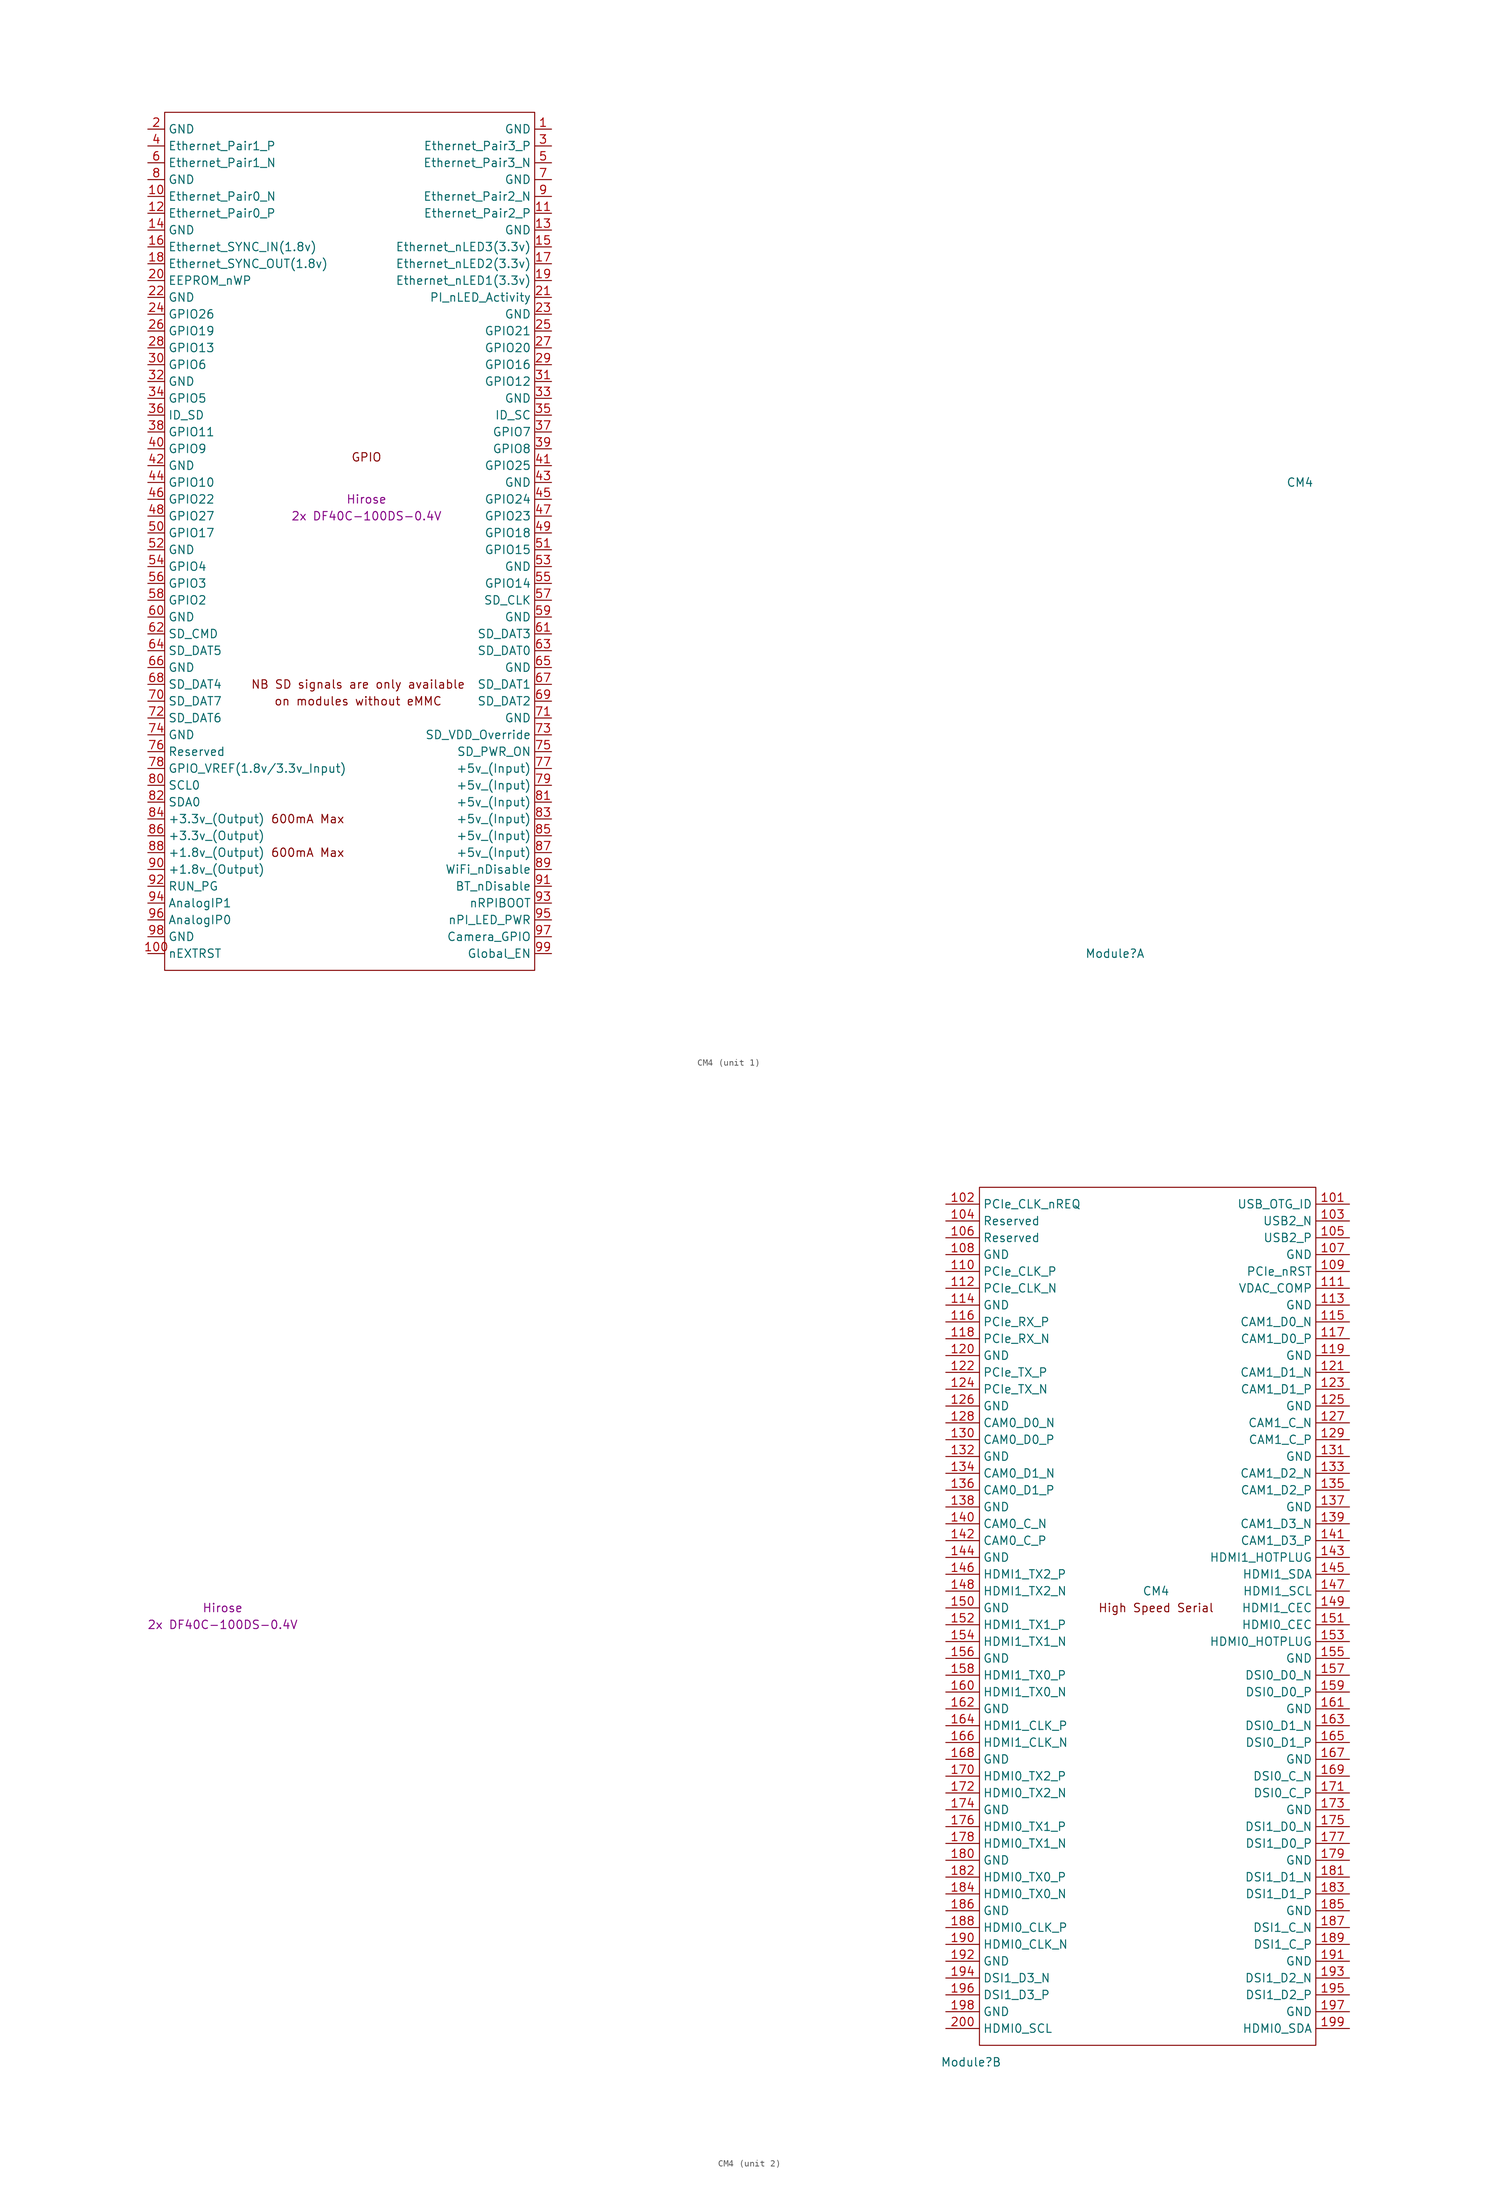
<source format=kicad_sym>
(kicad_symbol_lib
  (version 20220914)
  (generator kicad_symbol_editor)
  (symbol "CM4"
    (property "Reference" "Module"
      (at 113.03 -68.58 0)
      (effects (font (size 1.27 1.27))))
    (property "Value" "CM4"
      (at 140.97 2.54 0)
      (effects (font (size 1.27 1.27))))
    (property "Field4" "Hirose"
      (at 0 0 0)
      (effects (font (size 1.27 1.27))))
    (property "Field5" "2x DF40C-100DS-0.4V"
      (at 0 -2.54 0)
      (effects (font (size 1.27 1.27))))
    (symbol "CM4_1_0"
      (text "GPIO" (at 0 6.35 0) (effects (font (size 1.27 1.27)))))
    (symbol "CM4_1_1"
      (rectangle (start -30.48 -71.12) (end 25.4 58.42) (stroke (width 0) (type default)) (fill (type none)))
      (text "600mA Max" (at -8.89 -53.34 0) (effects (font (size 1.27 1.27))))
      (text "600mA Max" (at -8.89 -48.26 0) (effects (font (size 1.27 1.27))))
      (text "NB SD signals are only available" (at -1.27 -27.94 0) (effects (font (size 1.27 1.27))))
      (text "on modules without eMMC" (at -1.27 -30.48 0) (effects (font (size 1.27 1.27))))
      (pin power_in line (at 27.94 55.88 180) (length 2.54) (name "GND" (effects (font (size 1.27 1.27)))) (number "1" (effects (font (size 1.27 1.27)))))
      (pin passive line (at -33.02 45.72 0) (length 2.54) (name "Ethernet_Pair0_N" (effects (font (size 1.27 1.27)))) (number "10" (effects (font (size 1.27 1.27)))))
      (pin output line (at -33.02 -68.58 0) (length 2.54) (name "nEXTRST" (effects (font (size 1.27 1.27)))) (number "100" (effects (font (size 1.27 1.27)))))
      (pin passive line (at 27.94 43.18 180) (length 2.54) (name "Ethernet_Pair2_P" (effects (font (size 1.27 1.27)))) (number "11" (effects (font (size 1.27 1.27)))))
      (pin passive line (at -33.02 43.18 0) (length 2.54) (name "Ethernet_Pair0_P" (effects (font (size 1.27 1.27)))) (number "12" (effects (font (size 1.27 1.27)))))
      (pin power_in line (at 27.94 40.64 180) (length 2.54) (name "GND" (effects (font (size 1.27 1.27)))) (number "13" (effects (font (size 1.27 1.27)))))
      (pin power_in line (at -33.02 40.64 0) (length 2.54) (name "GND" (effects (font (size 1.27 1.27)))) (number "14" (effects (font (size 1.27 1.27)))))
      (pin output line (at 27.94 38.1 180) (length 2.54) (name "Ethernet_nLED3(3.3v)" (effects (font (size 1.27 1.27)))) (number "15" (effects (font (size 1.27 1.27)))))
      (pin input line (at -33.02 38.1 0) (length 2.54) (name "Ethernet_SYNC_IN(1.8v)" (effects (font (size 1.27 1.27)))) (number "16" (effects (font (size 1.27 1.27)))))
      (pin output line (at 27.94 35.56 180) (length 2.54) (name "Ethernet_nLED2(3.3v)" (effects (font (size 1.27 1.27)))) (number "17" (effects (font (size 1.27 1.27)))))
      (pin input line (at -33.02 35.56 0) (length 2.54) (name "Ethernet_SYNC_OUT(1.8v)" (effects (font (size 1.27 1.27)))) (number "18" (effects (font (size 1.27 1.27)))))
      (pin output line (at 27.94 33.02 180) (length 2.54) (name "Ethernet_nLED1(3.3v)" (effects (font (size 1.27 1.27)))) (number "19" (effects (font (size 1.27 1.27)))))
      (pin power_in line (at -33.02 55.88 0) (length 2.54) (name "GND" (effects (font (size 1.27 1.27)))) (number "2" (effects (font (size 1.27 1.27)))))
      (pin passive line (at -33.02 33.02 0) (length 2.54) (name "EEPROM_nWP" (effects (font (size 1.27 1.27)))) (number "20" (effects (font (size 1.27 1.27)))))
      (pin open_collector line (at 27.94 30.48 180) (length 2.54) (name "PI_nLED_Activity" (effects (font (size 1.27 1.27)))) (number "21" (effects (font (size 1.27 1.27)))))
      (pin power_in line (at -33.02 30.48 0) (length 2.54) (name "GND" (effects (font (size 1.27 1.27)))) (number "22" (effects (font (size 1.27 1.27)))))
      (pin power_in line (at 27.94 27.94 180) (length 2.54) (name "GND" (effects (font (size 1.27 1.27)))) (number "23" (effects (font (size 1.27 1.27)))))
      (pin passive line (at -33.02 27.94 0) (length 2.54) (name "GPIO26" (effects (font (size 1.27 1.27)))) (number "24" (effects (font (size 1.27 1.27)))))
      (pin passive line (at 27.94 25.4 180) (length 2.54) (name "GPIO21" (effects (font (size 1.27 1.27)))) (number "25" (effects (font (size 1.27 1.27)))))
      (pin passive line (at -33.02 25.4 0) (length 2.54) (name "GPIO19" (effects (font (size 1.27 1.27)))) (number "26" (effects (font (size 1.27 1.27)))))
      (pin passive line (at 27.94 22.86 180) (length 2.54) (name "GPIO20" (effects (font (size 1.27 1.27)))) (number "27" (effects (font (size 1.27 1.27)))))
      (pin passive line (at -33.02 22.86 0) (length 2.54) (name "GPIO13" (effects (font (size 1.27 1.27)))) (number "28" (effects (font (size 1.27 1.27)))))
      (pin passive line (at 27.94 20.32 180) (length 2.54) (name "GPIO16" (effects (font (size 1.27 1.27)))) (number "29" (effects (font (size 1.27 1.27)))))
      (pin passive line (at 27.94 53.34 180) (length 2.54) (name "Ethernet_Pair3_P" (effects (font (size 1.27 1.27)))) (number "3" (effects (font (size 1.27 1.27)))))
      (pin passive line (at -33.02 20.32 0) (length 2.54) (name "GPIO6" (effects (font (size 1.27 1.27)))) (number "30" (effects (font (size 1.27 1.27)))))
      (pin passive line (at 27.94 17.78 180) (length 2.54) (name "GPIO12" (effects (font (size 1.27 1.27)))) (number "31" (effects (font (size 1.27 1.27)))))
      (pin power_in line (at -33.02 17.78 0) (length 2.54) (name "GND" (effects (font (size 1.27 1.27)))) (number "32" (effects (font (size 1.27 1.27)))))
      (pin power_in line (at 27.94 15.24 180) (length 2.54) (name "GND" (effects (font (size 1.27 1.27)))) (number "33" (effects (font (size 1.27 1.27)))))
      (pin passive line (at -33.02 15.24 0) (length 2.54) (name "GPIO5" (effects (font (size 1.27 1.27)))) (number "34" (effects (font (size 1.27 1.27)))))
      (pin passive line (at 27.94 12.7 180) (length 2.54) (name "ID_SC" (effects (font (size 1.27 1.27)))) (number "35" (effects (font (size 1.27 1.27)))))
      (pin passive line (at -33.02 12.7 0) (length 2.54) (name "ID_SD" (effects (font (size 1.27 1.27)))) (number "36" (effects (font (size 1.27 1.27)))))
      (pin passive line (at 27.94 10.16 180) (length 2.54) (name "GPIO7" (effects (font (size 1.27 1.27)))) (number "37" (effects (font (size 1.27 1.27)))))
      (pin passive line (at -33.02 10.16 0) (length 2.54) (name "GPIO11" (effects (font (size 1.27 1.27)))) (number "38" (effects (font (size 1.27 1.27)))))
      (pin passive line (at 27.94 7.62 180) (length 2.54) (name "GPIO8" (effects (font (size 1.27 1.27)))) (number "39" (effects (font (size 1.27 1.27)))))
      (pin passive line (at -33.02 53.34 0) (length 2.54) (name "Ethernet_Pair1_P" (effects (font (size 1.27 1.27)))) (number "4" (effects (font (size 1.27 1.27)))))
      (pin passive line (at -33.02 7.62 0) (length 2.54) (name "GPIO9" (effects (font (size 1.27 1.27)))) (number "40" (effects (font (size 1.27 1.27)))))
      (pin passive line (at 27.94 5.08 180) (length 2.54) (name "GPIO25" (effects (font (size 1.27 1.27)))) (number "41" (effects (font (size 1.27 1.27)))))
      (pin power_in line (at -33.02 5.08 0) (length 2.54) (name "GND" (effects (font (size 1.27 1.27)))) (number "42" (effects (font (size 1.27 1.27)))))
      (pin power_in line (at 27.94 2.54 180) (length 2.54) (name "GND" (effects (font (size 1.27 1.27)))) (number "43" (effects (font (size 1.27 1.27)))))
      (pin passive line (at -33.02 2.54 0) (length 2.54) (name "GPIO10" (effects (font (size 1.27 1.27)))) (number "44" (effects (font (size 1.27 1.27)))))
      (pin passive line (at 27.94 0 180) (length 2.54) (name "GPIO24" (effects (font (size 1.27 1.27)))) (number "45" (effects (font (size 1.27 1.27)))))
      (pin passive line (at -33.02 0 0) (length 2.54) (name "GPIO22" (effects (font (size 1.27 1.27)))) (number "46" (effects (font (size 1.27 1.27)))))
      (pin passive line (at 27.94 -2.54 180) (length 2.54) (name "GPIO23" (effects (font (size 1.27 1.27)))) (number "47" (effects (font (size 1.27 1.27)))))
      (pin passive line (at -33.02 -2.54 0) (length 2.54) (name "GPIO27" (effects (font (size 1.27 1.27)))) (number "48" (effects (font (size 1.27 1.27)))))
      (pin passive line (at 27.94 -5.08 180) (length 2.54) (name "GPIO18" (effects (font (size 1.27 1.27)))) (number "49" (effects (font (size 1.27 1.27)))))
      (pin passive line (at 27.94 50.8 180) (length 2.54) (name "Ethernet_Pair3_N" (effects (font (size 1.27 1.27)))) (number "5" (effects (font (size 1.27 1.27)))))
      (pin passive line (at -33.02 -5.08 0) (length 2.54) (name "GPIO17" (effects (font (size 1.27 1.27)))) (number "50" (effects (font (size 1.27 1.27)))))
      (pin passive line (at 27.94 -7.62 180) (length 2.54) (name "GPIO15" (effects (font (size 1.27 1.27)))) (number "51" (effects (font (size 1.27 1.27)))))
      (pin power_in line (at -33.02 -7.62 0) (length 2.54) (name "GND" (effects (font (size 1.27 1.27)))) (number "52" (effects (font (size 1.27 1.27)))))
      (pin power_in line (at 27.94 -10.16 180) (length 2.54) (name "GND" (effects (font (size 1.27 1.27)))) (number "53" (effects (font (size 1.27 1.27)))))
      (pin passive line (at -33.02 -10.16 0) (length 2.54) (name "GPIO4" (effects (font (size 1.27 1.27)))) (number "54" (effects (font (size 1.27 1.27)))))
      (pin passive line (at 27.94 -12.7 180) (length 2.54) (name "GPIO14" (effects (font (size 1.27 1.27)))) (number "55" (effects (font (size 1.27 1.27)))))
      (pin passive line (at -33.02 -12.7 0) (length 2.54) (name "GPIO3" (effects (font (size 1.27 1.27)))) (number "56" (effects (font (size 1.27 1.27)))))
      (pin passive line (at 27.94 -15.24 180) (length 2.54) (name "SD_CLK" (effects (font (size 1.27 1.27)))) (number "57" (effects (font (size 1.27 1.27)))))
      (pin passive line (at -33.02 -15.24 0) (length 2.54) (name "GPIO2" (effects (font (size 1.27 1.27)))) (number "58" (effects (font (size 1.27 1.27)))))
      (pin power_in line (at 27.94 -17.78 180) (length 2.54) (name "GND" (effects (font (size 1.27 1.27)))) (number "59" (effects (font (size 1.27 1.27)))))
      (pin passive line (at -33.02 50.8 0) (length 2.54) (name "Ethernet_Pair1_N" (effects (font (size 1.27 1.27)))) (number "6" (effects (font (size 1.27 1.27)))))
      (pin power_in line (at -33.02 -17.78 0) (length 2.54) (name "GND" (effects (font (size 1.27 1.27)))) (number "60" (effects (font (size 1.27 1.27)))))
      (pin passive line (at 27.94 -20.32 180) (length 2.54) (name "SD_DAT3" (effects (font (size 1.27 1.27)))) (number "61" (effects (font (size 1.27 1.27)))))
      (pin passive line (at -33.02 -20.32 0) (length 2.54) (name "SD_CMD" (effects (font (size 1.27 1.27)))) (number "62" (effects (font (size 1.27 1.27)))))
      (pin passive line (at 27.94 -22.86 180) (length 2.54) (name "SD_DAT0" (effects (font (size 1.27 1.27)))) (number "63" (effects (font (size 1.27 1.27)))))
      (pin passive line (at -33.02 -22.86 0) (length 2.54) (name "SD_DAT5" (effects (font (size 1.27 1.27)))) (number "64" (effects (font (size 1.27 1.27)))))
      (pin power_in line (at 27.94 -25.4 180) (length 2.54) (name "GND" (effects (font (size 1.27 1.27)))) (number "65" (effects (font (size 1.27 1.27)))))
      (pin power_in line (at -33.02 -25.4 0) (length 2.54) (name "GND" (effects (font (size 1.27 1.27)))) (number "66" (effects (font (size 1.27 1.27)))))
      (pin passive line (at 27.94 -27.94 180) (length 2.54) (name "SD_DAT1" (effects (font (size 1.27 1.27)))) (number "67" (effects (font (size 1.27 1.27)))))
      (pin passive line (at -33.02 -27.94 0) (length 2.54) (name "SD_DAT4" (effects (font (size 1.27 1.27)))) (number "68" (effects (font (size 1.27 1.27)))))
      (pin passive line (at 27.94 -30.48 180) (length 2.54) (name "SD_DAT2" (effects (font (size 1.27 1.27)))) (number "69" (effects (font (size 1.27 1.27)))))
      (pin power_in line (at 27.94 48.26 180) (length 2.54) (name "GND" (effects (font (size 1.27 1.27)))) (number "7" (effects (font (size 1.27 1.27)))))
      (pin passive line (at -33.02 -30.48 0) (length 2.54) (name "SD_DAT7" (effects (font (size 1.27 1.27)))) (number "70" (effects (font (size 1.27 1.27)))))
      (pin power_in line (at 27.94 -33.02 180) (length 2.54) (name "GND" (effects (font (size 1.27 1.27)))) (number "71" (effects (font (size 1.27 1.27)))))
      (pin passive line (at -33.02 -33.02 0) (length 2.54) (name "SD_DAT6" (effects (font (size 1.27 1.27)))) (number "72" (effects (font (size 1.27 1.27)))))
      (pin input line (at 27.94 -35.56 180) (length 2.54) (name "SD_VDD_Override" (effects (font (size 1.27 1.27)))) (number "73" (effects (font (size 1.27 1.27)))))
      (pin power_in line (at -33.02 -35.56 0) (length 2.54) (name "GND" (effects (font (size 1.27 1.27)))) (number "74" (effects (font (size 1.27 1.27)))))
      (pin output line (at 27.94 -38.1 180) (length 2.54) (name "SD_PWR_ON" (effects (font (size 1.27 1.27)))) (number "75" (effects (font (size 1.27 1.27)))))
      (pin passive line (at -33.02 -38.1 0) (length 2.54) (name "Reserved" (effects (font (size 1.27 1.27)))) (number "76" (effects (font (size 1.27 1.27)))))
      (pin power_in line (at 27.94 -40.64 180) (length 2.54) (name "+5v_(Input)" (effects (font (size 1.27 1.27)))) (number "77" (effects (font (size 1.27 1.27)))))
      (pin power_in line (at -33.02 -40.64 0) (length 2.54) (name "GPIO_VREF(1.8v/3.3v_Input)" (effects (font (size 1.27 1.27)))) (number "78" (effects (font (size 1.27 1.27)))))
      (pin power_in line (at 27.94 -43.18 180) (length 2.54) (name "+5v_(Input)" (effects (font (size 1.27 1.27)))) (number "79" (effects (font (size 1.27 1.27)))))
      (pin power_in line (at -33.02 48.26 0) (length 2.54) (name "GND" (effects (font (size 1.27 1.27)))) (number "8" (effects (font (size 1.27 1.27)))))
      (pin passive line (at -33.02 -43.18 0) (length 2.54) (name "SCL0" (effects (font (size 1.27 1.27)))) (number "80" (effects (font (size 1.27 1.27)))))
      (pin power_in line (at 27.94 -45.72 180) (length 2.54) (name "+5v_(Input)" (effects (font (size 1.27 1.27)))) (number "81" (effects (font (size 1.27 1.27)))))
      (pin passive line (at -33.02 -45.72 0) (length 2.54) (name "SDA0" (effects (font (size 1.27 1.27)))) (number "82" (effects (font (size 1.27 1.27)))))
      (pin power_in line (at 27.94 -48.26 180) (length 2.54) (name "+5v_(Input)" (effects (font (size 1.27 1.27)))) (number "83" (effects (font (size 1.27 1.27)))))
      (pin power_out line (at -33.02 -48.26 0) (length 2.54) (name "+3.3v_(Output)" (effects (font (size 1.27 1.27)))) (number "84" (effects (font (size 1.27 1.27)))))
      (pin power_in line (at 27.94 -50.8 180) (length 2.54) (name "+5v_(Input)" (effects (font (size 1.27 1.27)))) (number "85" (effects (font (size 1.27 1.27)))))
      (pin power_out line (at -33.02 -50.8 0) (length 2.54) (name "+3.3v_(Output)" (effects (font (size 1.27 1.27)))) (number "86" (effects (font (size 1.27 1.27)))))
      (pin power_in line (at 27.94 -53.34 180) (length 2.54) (name "+5v_(Input)" (effects (font (size 1.27 1.27)))) (number "87" (effects (font (size 1.27 1.27)))))
      (pin power_out line (at -33.02 -53.34 0) (length 2.54) (name "+1.8v_(Output)" (effects (font (size 1.27 1.27)))) (number "88" (effects (font (size 1.27 1.27)))))
      (pin power_in line (at 27.94 -55.88 180) (length 2.54) (name "WiFi_nDisable" (effects (font (size 1.27 1.27)))) (number "89" (effects (font (size 1.27 1.27)))))
      (pin passive line (at 27.94 45.72 180) (length 2.54) (name "Ethernet_Pair2_N" (effects (font (size 1.27 1.27)))) (number "9" (effects (font (size 1.27 1.27)))))
      (pin power_out line (at -33.02 -55.88 0) (length 2.54) (name "+1.8v_(Output)" (effects (font (size 1.27 1.27)))) (number "90" (effects (font (size 1.27 1.27)))))
      (pin power_in line (at 27.94 -58.42 180) (length 2.54) (name "BT_nDisable" (effects (font (size 1.27 1.27)))) (number "91" (effects (font (size 1.27 1.27)))))
      (pin passive line (at -33.02 -58.42 0) (length 2.54) (name "RUN_PG" (effects (font (size 1.27 1.27)))) (number "92" (effects (font (size 1.27 1.27)))))
      (pin input line (at 27.94 -60.96 180) (length 2.54) (name "nRPIBOOT" (effects (font (size 1.27 1.27)))) (number "93" (effects (font (size 1.27 1.27)))))
      (pin passive line (at -33.02 -60.96 0) (length 2.54) (name "AnalogIP1" (effects (font (size 1.27 1.27)))) (number "94" (effects (font (size 1.27 1.27)))))
      (pin output line (at 27.94 -63.5 180) (length 2.54) (name "nPI_LED_PWR" (effects (font (size 1.27 1.27)))) (number "95" (effects (font (size 1.27 1.27)))))
      (pin passive line (at -33.02 -63.5 0) (length 2.54) (name "AnalogIP0" (effects (font (size 1.27 1.27)))) (number "96" (effects (font (size 1.27 1.27)))))
      (pin passive line (at 27.94 -66.04 180) (length 2.54) (name "Camera_GPIO" (effects (font (size 1.27 1.27)))) (number "97" (effects (font (size 1.27 1.27)))))
      (pin power_in line (at -33.02 -66.04 0) (length 2.54) (name "GND" (effects (font (size 1.27 1.27)))) (number "98" (effects (font (size 1.27 1.27)))))
      (pin input line (at 27.94 -68.58 180) (length 2.54) (name "Global_EN" (effects (font (size 1.27 1.27)))) (number "99" (effects (font (size 1.27 1.27))))))
    (symbol "CM4_2_1"
      (rectangle (start 114.3 -66.04) (end 165.1 63.5) (stroke (width 0) (type default)) (fill (type none)))
      (text "High Speed Serial" (at 140.97 0 0) (effects (font (size 1.27 1.27))))
      (pin input line (at 170.18 60.96 180) (length 5.08) (name "USB_OTG_ID" (effects (font (size 1.27 1.27)))) (number "101" (effects (font (size 1.27 1.27)))))
      (pin input line (at 109.22 60.96 0) (length 5.08) (name "PCIe_CLK_nREQ" (effects (font (size 1.27 1.27)))) (number "102" (effects (font (size 1.27 1.27)))))
      (pin passive line (at 170.18 58.42 180) (length 5.08) (name "USB2_N" (effects (font (size 1.27 1.27)))) (number "103" (effects (font (size 1.27 1.27)))))
      (pin passive line (at 109.22 58.42 0) (length 5.08) (name "Reserved" (effects (font (size 1.27 1.27)))) (number "104" (effects (font (size 1.27 1.27)))))
      (pin passive line (at 170.18 55.88 180) (length 5.08) (name "USB2_P" (effects (font (size 1.27 1.27)))) (number "105" (effects (font (size 1.27 1.27)))))
      (pin passive line (at 109.22 55.88 0) (length 5.08) (name "Reserved" (effects (font (size 1.27 1.27)))) (number "106" (effects (font (size 1.27 1.27)))))
      (pin power_in line (at 170.18 53.34 180) (length 5.08) (name "GND" (effects (font (size 1.27 1.27)))) (number "107" (effects (font (size 1.27 1.27)))))
      (pin power_in line (at 109.22 53.34 0) (length 5.08) (name "GND" (effects (font (size 1.27 1.27)))) (number "108" (effects (font (size 1.27 1.27)))))
      (pin bidirectional line (at 170.18 50.8 180) (length 5.08) (name "PCIe_nRST" (effects (font (size 1.27 1.27)))) (number "109" (effects (font (size 1.27 1.27)))))
      (pin output line (at 109.22 50.8 0) (length 5.08) (name "PCIe_CLK_P" (effects (font (size 1.27 1.27)))) (number "110" (effects (font (size 1.27 1.27)))))
      (pin passive line (at 170.18 48.26 180) (length 5.08) (name "VDAC_COMP" (effects (font (size 1.27 1.27)))) (number "111" (effects (font (size 1.27 1.27)))))
      (pin output line (at 109.22 48.26 0) (length 5.08) (name "PCIe_CLK_N" (effects (font (size 1.27 1.27)))) (number "112" (effects (font (size 1.27 1.27)))))
      (pin power_in line (at 170.18 45.72 180) (length 5.08) (name "GND" (effects (font (size 1.27 1.27)))) (number "113" (effects (font (size 1.27 1.27)))))
      (pin power_in line (at 109.22 45.72 0) (length 5.08) (name "GND" (effects (font (size 1.27 1.27)))) (number "114" (effects (font (size 1.27 1.27)))))
      (pin input line (at 170.18 43.18 180) (length 5.08) (name "CAM1_D0_N" (effects (font (size 1.27 1.27)))) (number "115" (effects (font (size 1.27 1.27)))))
      (pin input line (at 109.22 43.18 0) (length 5.08) (name "PCIe_RX_P" (effects (font (size 1.27 1.27)))) (number "116" (effects (font (size 1.27 1.27)))))
      (pin input line (at 170.18 40.64 180) (length 5.08) (name "CAM1_D0_P" (effects (font (size 1.27 1.27)))) (number "117" (effects (font (size 1.27 1.27)))))
      (pin input line (at 109.22 40.64 0) (length 5.08) (name "PCIe_RX_N" (effects (font (size 1.27 1.27)))) (number "118" (effects (font (size 1.27 1.27)))))
      (pin power_in line (at 170.18 38.1 180) (length 5.08) (name "GND" (effects (font (size 1.27 1.27)))) (number "119" (effects (font (size 1.27 1.27)))))
      (pin power_in line (at 109.22 38.1 0) (length 5.08) (name "GND" (effects (font (size 1.27 1.27)))) (number "120" (effects (font (size 1.27 1.27)))))
      (pin input line (at 170.18 35.56 180) (length 5.08) (name "CAM1_D1_N" (effects (font (size 1.27 1.27)))) (number "121" (effects (font (size 1.27 1.27)))))
      (pin output line (at 109.22 35.56 0) (length 5.08) (name "PCIe_TX_P" (effects (font (size 1.27 1.27)))) (number "122" (effects (font (size 1.27 1.27)))))
      (pin input line (at 170.18 33.02 180) (length 5.08) (name "CAM1_D1_P" (effects (font (size 1.27 1.27)))) (number "123" (effects (font (size 1.27 1.27)))))
      (pin output line (at 109.22 33.02 0) (length 5.08) (name "PCIe_TX_N" (effects (font (size 1.27 1.27)))) (number "124" (effects (font (size 1.27 1.27)))))
      (pin power_in line (at 170.18 30.48 180) (length 5.08) (name "GND" (effects (font (size 1.27 1.27)))) (number "125" (effects (font (size 1.27 1.27)))))
      (pin power_in line (at 109.22 30.48 0) (length 5.08) (name "GND" (effects (font (size 1.27 1.27)))) (number "126" (effects (font (size 1.27 1.27)))))
      (pin input line (at 170.18 27.94 180) (length 5.08) (name "CAM1_C_N" (effects (font (size 1.27 1.27)))) (number "127" (effects (font (size 1.27 1.27)))))
      (pin input line (at 109.22 27.94 0) (length 5.08) (name "CAM0_D0_N" (effects (font (size 1.27 1.27)))) (number "128" (effects (font (size 1.27 1.27)))))
      (pin input line (at 170.18 25.4 180) (length 5.08) (name "CAM1_C_P" (effects (font (size 1.27 1.27)))) (number "129" (effects (font (size 1.27 1.27)))))
      (pin input line (at 109.22 25.4 0) (length 5.08) (name "CAM0_D0_P" (effects (font (size 1.27 1.27)))) (number "130" (effects (font (size 1.27 1.27)))))
      (pin power_in line (at 170.18 22.86 180) (length 5.08) (name "GND" (effects (font (size 1.27 1.27)))) (number "131" (effects (font (size 1.27 1.27)))))
      (pin power_in line (at 109.22 22.86 0) (length 5.08) (name "GND" (effects (font (size 1.27 1.27)))) (number "132" (effects (font (size 1.27 1.27)))))
      (pin input line (at 170.18 20.32 180) (length 5.08) (name "CAM1_D2_N" (effects (font (size 1.27 1.27)))) (number "133" (effects (font (size 1.27 1.27)))))
      (pin input line (at 109.22 20.32 0) (length 5.08) (name "CAM0_D1_N" (effects (font (size 1.27 1.27)))) (number "134" (effects (font (size 1.27 1.27)))))
      (pin input line (at 170.18 17.78 180) (length 5.08) (name "CAM1_D2_P" (effects (font (size 1.27 1.27)))) (number "135" (effects (font (size 1.27 1.27)))))
      (pin input line (at 109.22 17.78 0) (length 5.08) (name "CAM0_D1_P" (effects (font (size 1.27 1.27)))) (number "136" (effects (font (size 1.27 1.27)))))
      (pin power_in line (at 170.18 15.24 180) (length 5.08) (name "GND" (effects (font (size 1.27 1.27)))) (number "137" (effects (font (size 1.27 1.27)))))
      (pin power_in line (at 109.22 15.24 0) (length 5.08) (name "GND" (effects (font (size 1.27 1.27)))) (number "138" (effects (font (size 1.27 1.27)))))
      (pin input line (at 170.18 12.7 180) (length 5.08) (name "CAM1_D3_N" (effects (font (size 1.27 1.27)))) (number "139" (effects (font (size 1.27 1.27)))))
      (pin input line (at 109.22 12.7 0) (length 5.08) (name "CAM0_C_N" (effects (font (size 1.27 1.27)))) (number "140" (effects (font (size 1.27 1.27)))))
      (pin input line (at 170.18 10.16 180) (length 5.08) (name "CAM1_D3_P" (effects (font (size 1.27 1.27)))) (number "141" (effects (font (size 1.27 1.27)))))
      (pin input line (at 109.22 10.16 0) (length 5.08) (name "CAM0_C_P" (effects (font (size 1.27 1.27)))) (number "142" (effects (font (size 1.27 1.27)))))
      (pin input line (at 170.18 7.62 180) (length 5.08) (name "HDMI1_HOTPLUG" (effects (font (size 1.27 1.27)))) (number "143" (effects (font (size 1.27 1.27)))))
      (pin power_in line (at 109.22 7.62 0) (length 5.08) (name "GND" (effects (font (size 1.27 1.27)))) (number "144" (effects (font (size 1.27 1.27)))))
      (pin bidirectional line (at 170.18 5.08 180) (length 5.08) (name "HDMI1_SDA" (effects (font (size 1.27 1.27)))) (number "145" (effects (font (size 1.27 1.27)))))
      (pin output line (at 109.22 5.08 0) (length 5.08) (name "HDMI1_TX2_P" (effects (font (size 1.27 1.27)))) (number "146" (effects (font (size 1.27 1.27)))))
      (pin open_collector line (at 170.18 2.54 180) (length 5.08) (name "HDMI1_SCL" (effects (font (size 1.27 1.27)))) (number "147" (effects (font (size 1.27 1.27)))))
      (pin output line (at 109.22 2.54 0) (length 5.08) (name "HDMI1_TX2_N" (effects (font (size 1.27 1.27)))) (number "148" (effects (font (size 1.27 1.27)))))
      (pin open_collector line (at 170.18 0 180) (length 5.08) (name "HDMI1_CEC" (effects (font (size 1.27 1.27)))) (number "149" (effects (font (size 1.27 1.27)))))
      (pin power_in line (at 109.22 0 0) (length 5.08) (name "GND" (effects (font (size 1.27 1.27)))) (number "150" (effects (font (size 1.27 1.27)))))
      (pin open_collector line (at 170.18 -2.54 180) (length 5.08) (name "HDMI0_CEC" (effects (font (size 1.27 1.27)))) (number "151" (effects (font (size 1.27 1.27)))))
      (pin output line (at 109.22 -2.54 0) (length 5.08) (name "HDMI1_TX1_P" (effects (font (size 1.27 1.27)))) (number "152" (effects (font (size 1.27 1.27)))))
      (pin input line (at 170.18 -5.08 180) (length 5.08) (name "HDMI0_HOTPLUG" (effects (font (size 1.27 1.27)))) (number "153" (effects (font (size 1.27 1.27)))))
      (pin output line (at 109.22 -5.08 0) (length 5.08) (name "HDMI1_TX1_N" (effects (font (size 1.27 1.27)))) (number "154" (effects (font (size 1.27 1.27)))))
      (pin power_in line (at 170.18 -7.62 180) (length 5.08) (name "GND" (effects (font (size 1.27 1.27)))) (number "155" (effects (font (size 1.27 1.27)))))
      (pin power_in line (at 109.22 -7.62 0) (length 5.08) (name "GND" (effects (font (size 1.27 1.27)))) (number "156" (effects (font (size 1.27 1.27)))))
      (pin output line (at 170.18 -10.16 180) (length 5.08) (name "DSI0_D0_N" (effects (font (size 1.27 1.27)))) (number "157" (effects (font (size 1.27 1.27)))))
      (pin output line (at 109.22 -10.16 0) (length 5.08) (name "HDMI1_TX0_P" (effects (font (size 1.27 1.27)))) (number "158" (effects (font (size 1.27 1.27)))))
      (pin output line (at 170.18 -12.7 180) (length 5.08) (name "DSI0_D0_P" (effects (font (size 1.27 1.27)))) (number "159" (effects (font (size 1.27 1.27)))))
      (pin output line (at 109.22 -12.7 0) (length 5.08) (name "HDMI1_TX0_N" (effects (font (size 1.27 1.27)))) (number "160" (effects (font (size 1.27 1.27)))))
      (pin power_in line (at 170.18 -15.24 180) (length 5.08) (name "GND" (effects (font (size 1.27 1.27)))) (number "161" (effects (font (size 1.27 1.27)))))
      (pin power_in line (at 109.22 -15.24 0) (length 5.08) (name "GND" (effects (font (size 1.27 1.27)))) (number "162" (effects (font (size 1.27 1.27)))))
      (pin output line (at 170.18 -17.78 180) (length 5.08) (name "DSI0_D1_N" (effects (font (size 1.27 1.27)))) (number "163" (effects (font (size 1.27 1.27)))))
      (pin output line (at 109.22 -17.78 0) (length 5.08) (name "HDMI1_CLK_P" (effects (font (size 1.27 1.27)))) (number "164" (effects (font (size 1.27 1.27)))))
      (pin output line (at 170.18 -20.32 180) (length 5.08) (name "DSI0_D1_P" (effects (font (size 1.27 1.27)))) (number "165" (effects (font (size 1.27 1.27)))))
      (pin output line (at 109.22 -20.32 0) (length 5.08) (name "HDMI1_CLK_N" (effects (font (size 1.27 1.27)))) (number "166" (effects (font (size 1.27 1.27)))))
      (pin power_in line (at 170.18 -22.86 180) (length 5.08) (name "GND" (effects (font (size 1.27 1.27)))) (number "167" (effects (font (size 1.27 1.27)))))
      (pin power_in line (at 109.22 -22.86 0) (length 5.08) (name "GND" (effects (font (size 1.27 1.27)))) (number "168" (effects (font (size 1.27 1.27)))))
      (pin output line (at 170.18 -25.4 180) (length 5.08) (name "DSI0_C_N" (effects (font (size 1.27 1.27)))) (number "169" (effects (font (size 1.27 1.27)))))
      (pin output line (at 109.22 -25.4 0) (length 5.08) (name "HDMI0_TX2_P" (effects (font (size 1.27 1.27)))) (number "170" (effects (font (size 1.27 1.27)))))
      (pin output line (at 170.18 -27.94 180) (length 5.08) (name "DSI0_C_P" (effects (font (size 1.27 1.27)))) (number "171" (effects (font (size 1.27 1.27)))))
      (pin output line (at 109.22 -27.94 0) (length 5.08) (name "HDMI0_TX2_N" (effects (font (size 1.27 1.27)))) (number "172" (effects (font (size 1.27 1.27)))))
      (pin power_in line (at 170.18 -30.48 180) (length 5.08) (name "GND" (effects (font (size 1.27 1.27)))) (number "173" (effects (font (size 1.27 1.27)))))
      (pin power_in line (at 109.22 -30.48 0) (length 5.08) (name "GND" (effects (font (size 1.27 1.27)))) (number "174" (effects (font (size 1.27 1.27)))))
      (pin output line (at 170.18 -33.02 180) (length 5.08) (name "DSI1_D0_N" (effects (font (size 1.27 1.27)))) (number "175" (effects (font (size 1.27 1.27)))))
      (pin output line (at 109.22 -33.02 0) (length 5.08) (name "HDMI0_TX1_P" (effects (font (size 1.27 1.27)))) (number "176" (effects (font (size 1.27 1.27)))))
      (pin output line (at 170.18 -35.56 180) (length 5.08) (name "DSI1_D0_P" (effects (font (size 1.27 1.27)))) (number "177" (effects (font (size 1.27 1.27)))))
      (pin output line (at 109.22 -35.56 0) (length 5.08) (name "HDMI0_TX1_N" (effects (font (size 1.27 1.27)))) (number "178" (effects (font (size 1.27 1.27)))))
      (pin power_in line (at 170.18 -38.1 180) (length 5.08) (name "GND" (effects (font (size 1.27 1.27)))) (number "179" (effects (font (size 1.27 1.27)))))
      (pin power_in line (at 109.22 -38.1 0) (length 5.08) (name "GND" (effects (font (size 1.27 1.27)))) (number "180" (effects (font (size 1.27 1.27)))))
      (pin output line (at 170.18 -40.64 180) (length 5.08) (name "DSI1_D1_N" (effects (font (size 1.27 1.27)))) (number "181" (effects (font (size 1.27 1.27)))))
      (pin output line (at 109.22 -40.64 0) (length 5.08) (name "HDMI0_TX0_P" (effects (font (size 1.27 1.27)))) (number "182" (effects (font (size 1.27 1.27)))))
      (pin output line (at 170.18 -43.18 180) (length 5.08) (name "DSI1_D1_P" (effects (font (size 1.27 1.27)))) (number "183" (effects (font (size 1.27 1.27)))))
      (pin output line (at 109.22 -43.18 0) (length 5.08) (name "HDMI0_TX0_N" (effects (font (size 1.27 1.27)))) (number "184" (effects (font (size 1.27 1.27)))))
      (pin power_in line (at 170.18 -45.72 180) (length 5.08) (name "GND" (effects (font (size 1.27 1.27)))) (number "185" (effects (font (size 1.27 1.27)))))
      (pin power_in line (at 109.22 -45.72 0) (length 5.08) (name "GND" (effects (font (size 1.27 1.27)))) (number "186" (effects (font (size 1.27 1.27)))))
      (pin output line (at 170.18 -48.26 180) (length 5.08) (name "DSI1_C_N" (effects (font (size 1.27 1.27)))) (number "187" (effects (font (size 1.27 1.27)))))
      (pin output line (at 109.22 -48.26 0) (length 5.08) (name "HDMI0_CLK_P" (effects (font (size 1.27 1.27)))) (number "188" (effects (font (size 1.27 1.27)))))
      (pin output line (at 170.18 -50.8 180) (length 5.08) (name "DSI1_C_P" (effects (font (size 1.27 1.27)))) (number "189" (effects (font (size 1.27 1.27)))))
      (pin output line (at 109.22 -50.8 0) (length 5.08) (name "HDMI0_CLK_N" (effects (font (size 1.27 1.27)))) (number "190" (effects (font (size 1.27 1.27)))))
      (pin power_in line (at 170.18 -53.34 180) (length 5.08) (name "GND" (effects (font (size 1.27 1.27)))) (number "191" (effects (font (size 1.27 1.27)))))
      (pin power_in line (at 109.22 -53.34 0) (length 5.08) (name "GND" (effects (font (size 1.27 1.27)))) (number "192" (effects (font (size 1.27 1.27)))))
      (pin output line (at 170.18 -55.88 180) (length 5.08) (name "DSI1_D2_N" (effects (font (size 1.27 1.27)))) (number "193" (effects (font (size 1.27 1.27)))))
      (pin output line (at 109.22 -55.88 0) (length 5.08) (name "DSI1_D3_N" (effects (font (size 1.27 1.27)))) (number "194" (effects (font (size 1.27 1.27)))))
      (pin output line (at 170.18 -58.42 180) (length 5.08) (name "DSI1_D2_P" (effects (font (size 1.27 1.27)))) (number "195" (effects (font (size 1.27 1.27)))))
      (pin output line (at 109.22 -58.42 0) (length 5.08) (name "DSI1_D3_P" (effects (font (size 1.27 1.27)))) (number "196" (effects (font (size 1.27 1.27)))))
      (pin power_in line (at 170.18 -60.96 180) (length 5.08) (name "GND" (effects (font (size 1.27 1.27)))) (number "197" (effects (font (size 1.27 1.27)))))
      (pin power_in line (at 109.22 -60.96 0) (length 5.08) (name "GND" (effects (font (size 1.27 1.27)))) (number "198" (effects (font (size 1.27 1.27)))))
      (pin bidirectional line (at 170.18 -63.5 180) (length 5.08) (name "HDMI0_SDA" (effects (font (size 1.27 1.27)))) (number "199" (effects (font (size 1.27 1.27)))))
      (pin open_collector line (at 109.22 -63.5 0) (length 5.08) (name "HDMI0_SCL" (effects (font (size 1.27 1.27)))) (number "200" (effects (font (size 1.27 1.27))))))))
</source>
